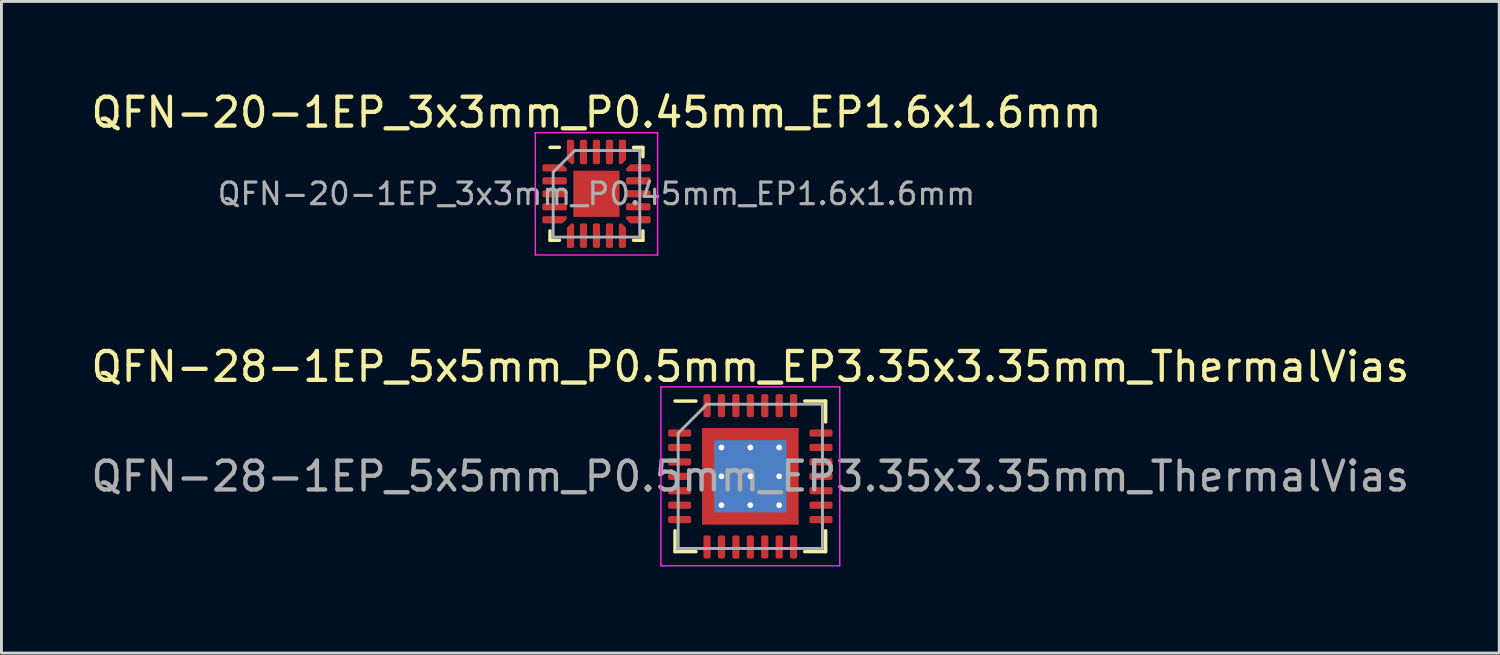
<source format=kicad_pcb>
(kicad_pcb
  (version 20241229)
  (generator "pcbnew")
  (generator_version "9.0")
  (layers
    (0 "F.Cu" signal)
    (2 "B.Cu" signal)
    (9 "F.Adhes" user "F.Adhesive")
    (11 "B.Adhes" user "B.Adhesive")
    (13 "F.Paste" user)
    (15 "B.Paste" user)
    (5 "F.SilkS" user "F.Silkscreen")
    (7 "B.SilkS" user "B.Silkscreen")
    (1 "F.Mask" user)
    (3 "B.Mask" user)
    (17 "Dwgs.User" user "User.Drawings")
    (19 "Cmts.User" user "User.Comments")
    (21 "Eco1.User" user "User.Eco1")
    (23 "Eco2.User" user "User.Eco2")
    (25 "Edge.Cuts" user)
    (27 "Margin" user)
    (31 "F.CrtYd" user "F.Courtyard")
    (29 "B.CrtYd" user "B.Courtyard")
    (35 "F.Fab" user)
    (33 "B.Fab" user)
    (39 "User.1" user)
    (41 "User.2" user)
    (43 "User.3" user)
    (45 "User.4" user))
  (footprint "QFN-28-1EP_5x5mm_P0.5mm_EP3.35x3.35mm_ThermalVias"
    (layer "F.Cu")
    (at 22.958 13.461)
    (property "Reference" "QFN-28-1EP_5x5mm_P0.5mm_EP3.35x3.35mm_ThermalVias" (at 0 -3.8 0) (layer "F.SilkS") (effects (font (size 1 1) (thickness 0.15))))
    (attr smd)
    (fp_line (start -2.61 2.61) (end -2.61 1.885) (stroke (width 0.12) (type solid)) (layer "F.SilkS"))
    (fp_line (start -1.885 -2.61) (end -2.61 -2.61) (stroke (width 0.12) (type solid)) (layer "F.SilkS"))
    (fp_line (start -1.885 2.61) (end -2.61 2.61) (stroke (width 0.12) (type solid)) (layer "F.SilkS"))
    (fp_line (start 1.885 -2.61) (end 2.61 -2.61) (stroke (width 0.12) (type solid)) (layer "F.SilkS"))
    (fp_line (start 1.885 2.61) (end 2.61 2.61) (stroke (width 0.12) (type solid)) (layer "F.SilkS"))
    (fp_line (start 2.61 -2.61) (end 2.61 -1.885) (stroke (width 0.12) (type solid)) (layer "F.SilkS"))
    (fp_line (start 2.61 2.61) (end 2.61 1.885) (stroke (width 0.12) (type solid)) (layer "F.SilkS"))
    (fp_line (start -3.1 -3.1) (end -3.1 3.1) (stroke (width 0.05) (type solid)) (layer "F.CrtYd"))
    (fp_line (start -3.1 3.1) (end 3.1 3.1) (stroke (width 0.05) (type solid)) (layer "F.CrtYd"))
    (fp_line (start 3.1 -3.1) (end -3.1 -3.1) (stroke (width 0.05) (type solid)) (layer "F.CrtYd"))
    (fp_line (start 3.1 3.1) (end 3.1 -3.1) (stroke (width 0.05) (type solid)) (layer "F.CrtYd"))
    (fp_line (start -2.5 -1.5) (end -1.5 -2.5) (stroke (width 0.1) (type solid)) (layer "F.Fab"))
    (fp_line (start -2.5 2.5) (end -2.5 -1.5) (stroke (width 0.1) (type solid)) (layer "F.Fab"))
    (fp_line (start -1.5 -2.5) (end 2.5 -2.5) (stroke (width 0.1) (type solid)) (layer "F.Fab"))
    (fp_line (start 2.5 -2.5) (end 2.5 2.5) (stroke (width 0.1) (type solid)) (layer "F.Fab"))
    (fp_line (start 2.5 2.5) (end -2.5 2.5) (stroke (width 0.1) (type solid)) (layer "F.Fab"))
    (fp_text user "${REFERENCE}" (at 0 0 0) (layer "F.Fab") (effects (font (size 1 1) (thickness 0.15))))
    (pad "" smd custom (at -1.337 -1.337) (size 0.437 0.437) (layers "F.Paste") (options (anchor circle)) (primitives (gr_poly (pts (xy -0.165 -0.165) (xy 0.165 -0.165) (xy 0.165 0.076) (xy 0.076 0.165) (xy -0.165 0.165)) (width 0.215) (fill yes))))
    (pad "" smd custom (at -1.337 -0.5) (size 0.459 0.459) (layers "F.Paste") (options (anchor circle)) (primitives (gr_poly (pts (xy -0.187 -0.318) (xy 0.116 -0.318) (xy 0.187 -0.247) (xy 0.187 0.247) (xy 0.116 0.318) (xy -0.187 0.318)) (width 0.17) (fill yes))))
    (pad "" smd custom (at -1.337 0.5) (size 0.459 0.459) (layers "F.Paste") (options (anchor circle)) (primitives (gr_poly (pts (xy -0.187 -0.318) (xy 0.116 -0.318) (xy 0.187 -0.247) (xy 0.187 0.247) (xy 0.116 0.318) (xy -0.187 0.318)) (width 0.17) (fill yes))))
    (pad "" smd custom (at -1.337 1.337) (size 0.437 0.437) (layers "F.Paste") (options (anchor circle)) (primitives (gr_poly (pts (xy -0.165 -0.165) (xy 0.076 -0.165) (xy 0.165 -0.076) (xy 0.165 0.165) (xy -0.165 0.165)) (width 0.215) (fill yes))))
    (pad "" smd custom (at -0.5 -1.337) (size 0.459 0.459) (layers "F.Paste") (options (anchor circle)) (primitives (gr_poly (pts (xy -0.318 -0.187) (xy 0.318 -0.187) (xy 0.318 0.116) (xy 0.247 0.187) (xy -0.247 0.187) (xy -0.318 0.116)) (width 0.17) (fill yes))))
    (pad "" smd roundrect (at -0.5 -0.5) (size 0.806 0.806) (layers "F.Paste") (roundrect_rratio 0.25))
    (pad "" smd roundrect (at -0.5 0.5) (size 0.806 0.806) (layers "F.Paste") (roundrect_rratio 0.25))
    (pad "" smd custom (at -0.5 1.337) (size 0.459 0.459) (layers "F.Paste") (options (anchor circle)) (primitives (gr_poly (pts (xy -0.318 -0.116) (xy -0.247 -0.187) (xy 0.247 -0.187) (xy 0.318 -0.116) (xy 0.318 0.187) (xy -0.318 0.187)) (width 0.17) (fill yes))))
    (pad "" smd custom (at 0.5 -1.337) (size 0.459 0.459) (layers "F.Paste") (options (anchor circle)) (primitives (gr_poly (pts (xy -0.318 -0.187) (xy 0.318 -0.187) (xy 0.318 0.116) (xy 0.247 0.187) (xy -0.247 0.187) (xy -0.318 0.116)) (width 0.17) (fill yes))))
    (pad "" smd roundrect (at 0.5 -0.5) (size 0.806 0.806) (layers "F.Paste") (roundrect_rratio 0.25))
    (pad "" smd roundrect (at 0.5 0.5) (size 0.806 0.806) (layers "F.Paste") (roundrect_rratio 0.25))
    (pad "" smd custom (at 0.5 1.337) (size 0.459 0.459) (layers "F.Paste") (options (anchor circle)) (primitives (gr_poly (pts (xy -0.318 -0.116) (xy -0.247 -0.187) (xy 0.247 -0.187) (xy 0.318 -0.116) (xy 0.318 0.187) (xy -0.318 0.187)) (width 0.17) (fill yes))))
    (pad "" smd custom (at 1.337 -1.337) (size 0.437 0.437) (layers "F.Paste") (options (anchor circle)) (primitives (gr_poly (pts (xy -0.165 -0.165) (xy 0.165 -0.165) (xy 0.165 0.165) (xy -0.076 0.165) (xy -0.165 0.076)) (width 0.215) (fill yes))))
    (pad "" smd custom (at 1.337 -0.5) (size 0.459 0.459) (layers "F.Paste") (options (anchor circle)) (primitives (gr_poly (pts (xy -0.187 -0.247) (xy -0.116 -0.318) (xy 0.187 -0.318) (xy 0.187 0.318) (xy -0.116 0.318) (xy -0.187 0.247)) (width 0.17) (fill yes))))
    (pad "" smd custom (at 1.337 0.5) (size 0.459 0.459) (layers "F.Paste") (options (anchor circle)) (primitives (gr_poly (pts (xy -0.187 -0.247) (xy -0.116 -0.318) (xy 0.187 -0.318) (xy 0.187 0.318) (xy -0.116 0.318) (xy -0.187 0.247)) (width 0.17) (fill yes))))
    (pad "" smd custom (at 1.337 1.337) (size 0.437 0.437) (layers "F.Paste") (options (anchor circle)) (primitives (gr_poly (pts (xy -0.165 -0.076) (xy -0.076 -0.165) (xy 0.165 -0.165) (xy 0.165 0.165) (xy -0.165 0.165)) (width 0.215) (fill yes))))
    (pad "1" smd roundrect (at -2.45 -1.5) (size 0.8 0.25) (layers "F.Cu" "F.Mask" "F.Paste") (roundrect_rratio 0.25))
    (pad "2" smd roundrect (at -2.45 -1) (size 0.8 0.25) (layers "F.Cu" "F.Mask" "F.Paste") (roundrect_rratio 0.25))
    (pad "3" smd roundrect (at -2.45 -0.5) (size 0.8 0.25) (layers "F.Cu" "F.Mask" "F.Paste") (roundrect_rratio 0.25))
    (pad "4" smd roundrect (at -2.45 0) (size 0.8 0.25) (layers "F.Cu" "F.Mask" "F.Paste") (roundrect_rratio 0.25))
    (pad "5" smd roundrect (at -2.45 0.5) (size 0.8 0.25) (layers "F.Cu" "F.Mask" "F.Paste") (roundrect_rratio 0.25))
    (pad "6" smd roundrect (at -2.45 1) (size 0.8 0.25) (layers "F.Cu" "F.Mask" "F.Paste") (roundrect_rratio 0.25))
    (pad "7" smd roundrect (at -2.45 1.5) (size 0.8 0.25) (layers "F.Cu" "F.Mask" "F.Paste") (roundrect_rratio 0.25))
    (pad "8" smd roundrect (at -1.5 2.45) (size 0.25 0.8) (layers "F.Cu" "F.Mask" "F.Paste") (roundrect_rratio 0.25))
    (pad "9" smd roundrect (at -1 2.45) (size 0.25 0.8) (layers "F.Cu" "F.Mask" "F.Paste") (roundrect_rratio 0.25))
    (pad "10" smd roundrect (at -0.5 2.45) (size 0.25 0.8) (layers "F.Cu" "F.Mask" "F.Paste") (roundrect_rratio 0.25))
    (pad "11" smd roundrect (at 0 2.45) (size 0.25 0.8) (layers "F.Cu" "F.Mask" "F.Paste") (roundrect_rratio 0.25))
    (pad "12" smd roundrect (at 0.5 2.45) (size 0.25 0.8) (layers "F.Cu" "F.Mask" "F.Paste") (roundrect_rratio 0.25))
    (pad "13" smd roundrect (at 1 2.45) (size 0.25 0.8) (layers "F.Cu" "F.Mask" "F.Paste") (roundrect_rratio 0.25))
    (pad "14" smd roundrect (at 1.5 2.45) (size 0.25 0.8) (layers "F.Cu" "F.Mask" "F.Paste") (roundrect_rratio 0.25))
    (pad "15" smd roundrect (at 2.45 1.5) (size 0.8 0.25) (layers "F.Cu" "F.Mask" "F.Paste") (roundrect_rratio 0.25))
    (pad "16" smd roundrect (at 2.45 1) (size 0.8 0.25) (layers "F.Cu" "F.Mask" "F.Paste") (roundrect_rratio 0.25))
    (pad "17" smd roundrect (at 2.45 0.5) (size 0.8 0.25) (layers "F.Cu" "F.Mask" "F.Paste") (roundrect_rratio 0.25))
    (pad "18" smd roundrect (at 2.45 0) (size 0.8 0.25) (layers "F.Cu" "F.Mask" "F.Paste") (roundrect_rratio 0.25))
    (pad "19" smd roundrect (at 2.45 -0.5) (size 0.8 0.25) (layers "F.Cu" "F.Mask" "F.Paste") (roundrect_rratio 0.25))
    (pad "20" smd roundrect (at 2.45 -1) (size 0.8 0.25) (layers "F.Cu" "F.Mask" "F.Paste") (roundrect_rratio 0.25))
    (pad "21" smd roundrect (at 2.45 -1.5) (size 0.8 0.25) (layers "F.Cu" "F.Mask" "F.Paste") (roundrect_rratio 0.25))
    (pad "22" smd roundrect (at 1.5 -2.45) (size 0.25 0.8) (layers "F.Cu" "F.Mask" "F.Paste") (roundrect_rratio 0.25))
    (pad "23" smd roundrect (at 1 -2.45) (size 0.25 0.8) (layers "F.Cu" "F.Mask" "F.Paste") (roundrect_rratio 0.25))
    (pad "24" smd roundrect (at 0.5 -2.45) (size 0.25 0.8) (layers "F.Cu" "F.Mask" "F.Paste") (roundrect_rratio 0.25))
    (pad "25" smd roundrect (at 0 -2.45) (size 0.25 0.8) (layers "F.Cu" "F.Mask" "F.Paste") (roundrect_rratio 0.25))
    (pad "26" smd roundrect (at -0.5 -2.45) (size 0.25 0.8) (layers "F.Cu" "F.Mask" "F.Paste") (roundrect_rratio 0.25))
    (pad "27" smd roundrect (at -1 -2.45) (size 0.25 0.8) (layers "F.Cu" "F.Mask" "F.Paste") (roundrect_rratio 0.25))
    (pad "28" smd roundrect (at -1.5 -2.45) (size 0.25 0.8) (layers "F.Cu" "F.Mask" "F.Paste") (roundrect_rratio 0.25))
    (pad "29" thru_hole circle (at -1 -1) (size 0.5 0.5) (drill 0.2) (layers "*.Cu"))
    (pad "29" thru_hole circle (at -1 0) (size 0.5 0.5) (drill 0.2) (layers "*.Cu"))
    (pad "29" thru_hole circle (at -1 1) (size 0.5 0.5) (drill 0.2) (layers "*.Cu"))
    (pad "29" thru_hole circle (at 0 -1) (size 0.5 0.5) (drill 0.2) (layers "*.Cu"))
    (pad "29" thru_hole circle (at 0 0) (size 0.5 0.5) (drill 0.2) (layers "*.Cu"))
    (pad "29" smd rect (at 0 0) (size 2.5 2.5) (layers "B.Cu"))
    (pad "29" smd rect (at 0 0) (size 3.35 3.35) (layers "F.Cu" "F.Mask"))
    (pad "29" thru_hole circle (at 0 1) (size 0.5 0.5) (drill 0.2) (layers "*.Cu"))
    (pad "29" thru_hole circle (at 1 -1) (size 0.5 0.5) (drill 0.2) (layers "*.Cu"))
    (pad "29" thru_hole circle (at 1 0) (size 0.5 0.5) (drill 0.2) (layers "*.Cu"))
    (pad "29" thru_hole circle (at 1 1) (size 0.5 0.5) (drill 0.2) (layers "*.Cu")))
  (footprint "QFN-20-1EP_3x3mm_P0.45mm_EP1.6x1.6mm"
    (layer "F.Cu")
    (at 17.625 3.668)
    (property "Reference" "QFN-20-1EP_3x3mm_P0.45mm_EP1.6x1.6mm" (at 0 -2.82 0) (layer "F.SilkS") (effects (font (size 1 1) (thickness 0.15))))
    (attr smd)
    (fp_line (start -1.61 1.61) (end -1.61 1.285) (stroke (width 0.12) (type solid)) (layer "F.SilkS"))
    (fp_line (start -1.285 -1.61) (end -1.61 -1.61) (stroke (width 0.12) (type solid)) (layer "F.SilkS"))
    (fp_line (start -1.285 1.61) (end -1.61 1.61) (stroke (width 0.12) (type solid)) (layer "F.SilkS"))
    (fp_line (start 1.285 -1.61) (end 1.61 -1.61) (stroke (width 0.12) (type solid)) (layer "F.SilkS"))
    (fp_line (start 1.285 1.61) (end 1.61 1.61) (stroke (width 0.12) (type solid)) (layer "F.SilkS"))
    (fp_line (start 1.61 -1.61) (end 1.61 -1.285) (stroke (width 0.12) (type solid)) (layer "F.SilkS"))
    (fp_line (start 1.61 1.61) (end 1.61 1.285) (stroke (width 0.12) (type solid)) (layer "F.SilkS"))
    (fp_line (start -2.12 -2.12) (end -2.12 2.12) (stroke (width 0.05) (type solid)) (layer "F.CrtYd"))
    (fp_line (start -2.12 2.12) (end 2.12 2.12) (stroke (width 0.05) (type solid)) (layer "F.CrtYd"))
    (fp_line (start 2.12 -2.12) (end -2.12 -2.12) (stroke (width 0.05) (type solid)) (layer "F.CrtYd"))
    (fp_line (start 2.12 2.12) (end 2.12 -2.12) (stroke (width 0.05) (type solid)) (layer "F.CrtYd"))
    (fp_line (start -1.5 -0.75) (end -0.75 -1.5) (stroke (width 0.1) (type solid)) (layer "F.Fab"))
    (fp_line (start -1.5 1.5) (end -1.5 -0.75) (stroke (width 0.1) (type solid)) (layer "F.Fab"))
    (fp_line (start -0.75 -1.5) (end 1.5 -1.5) (stroke (width 0.1) (type solid)) (layer "F.Fab"))
    (fp_line (start 1.5 -1.5) (end 1.5 1.5) (stroke (width 0.1) (type solid)) (layer "F.Fab"))
    (fp_line (start 1.5 1.5) (end -1.5 1.5) (stroke (width 0.1) (type solid)) (layer "F.Fab"))
    (fp_text user "${REFERENCE}" (at 0 0 0) (layer "F.Fab") (effects (font (size 0.75 0.75) (thickness 0.11))))
    (pad "" smd roundrect (at -0.4 -0.4) (size 0.64 0.64) (layers "F.Paste") (roundrect_rratio 0.25))
    (pad "" smd roundrect (at -0.4 0.4) (size 0.64 0.64) (layers "F.Paste") (roundrect_rratio 0.25))
    (pad "" smd roundrect (at 0.4 -0.4) (size 0.64 0.64) (layers "F.Paste") (roundrect_rratio 0.25))
    (pad "" smd roundrect (at 0.4 0.4) (size 0.64 0.64) (layers "F.Paste") (roundrect_rratio 0.25))
    (pad "1" smd custom (at -1.45 -0.9) (size 0.144 0.144) (layers "F.Cu" "F.Mask" "F.Paste") (options (anchor circle)) (primitives (gr_poly (pts (xy -0.375 -0.075) (xy 0.254 -0.075) (xy 0.375 0.046) (xy 0.375 0.075) (xy -0.375 0.075)) (width 0.1) (fill yes))))
    (pad "2" smd roundrect (at -1.45 -0.45) (size 0.85 0.25) (layers "F.Cu" "F.Mask" "F.Paste") (roundrect_rratio 0.25))
    (pad "3" smd roundrect (at -1.45 0) (size 0.85 0.25) (layers "F.Cu" "F.Mask" "F.Paste") (roundrect_rratio 0.25))
    (pad "4" smd roundrect (at -1.45 0.45) (size 0.85 0.25) (layers "F.Cu" "F.Mask" "F.Paste") (roundrect_rratio 0.25))
    (pad "5" smd custom (at -1.45 0.9) (size 0.144 0.144) (layers "F.Cu" "F.Mask" "F.Paste") (options (anchor circle)) (primitives (gr_poly (pts (xy -0.375 -0.075) (xy 0.375 -0.075) (xy 0.375 -0.046) (xy 0.254 0.075) (xy -0.375 0.075)) (width 0.1) (fill yes))))
    (pad "6" smd custom (at -0.9 1.45) (size 0.144 0.144) (layers "F.Cu" "F.Mask" "F.Paste") (options (anchor circle)) (primitives (gr_poly (pts (xy -0.075 -0.254) (xy 0.046 -0.375) (xy 0.075 -0.375) (xy 0.075 0.375) (xy -0.075 0.375)) (width 0.1) (fill yes))))
    (pad "7" smd roundrect (at -0.45 1.45) (size 0.25 0.85) (layers "F.Cu" "F.Mask" "F.Paste") (roundrect_rratio 0.25))
    (pad "8" smd roundrect (at 0 1.45) (size 0.25 0.85) (layers "F.Cu" "F.Mask" "F.Paste") (roundrect_rratio 0.25))
    (pad "9" smd roundrect (at 0.45 1.45) (size 0.25 0.85) (layers "F.Cu" "F.Mask" "F.Paste") (roundrect_rratio 0.25))
    (pad "10" smd custom (at 0.9 1.45) (size 0.144 0.144) (layers "F.Cu" "F.Mask" "F.Paste") (options (anchor circle)) (primitives (gr_poly (pts (xy -0.075 -0.375) (xy -0.046 -0.375) (xy 0.075 -0.254) (xy 0.075 0.375) (xy -0.075 0.375)) (width 0.1) (fill yes))))
    (pad "11" smd custom (at 1.45 0.9) (size 0.144 0.144) (layers "F.Cu" "F.Mask" "F.Paste") (options (anchor circle)) (primitives (gr_poly (pts (xy -0.375 -0.075) (xy 0.375 -0.075) (xy 0.375 0.075) (xy -0.254 0.075) (xy -0.375 -0.046)) (width 0.1) (fill yes))))
    (pad "12" smd roundrect (at 1.45 0.45) (size 0.85 0.25) (layers "F.Cu" "F.Mask" "F.Paste") (roundrect_rratio 0.25))
    (pad "13" smd roundrect (at 1.45 0) (size 0.85 0.25) (layers "F.Cu" "F.Mask" "F.Paste") (roundrect_rratio 0.25))
    (pad "14" smd roundrect (at 1.45 -0.45) (size 0.85 0.25) (layers "F.Cu" "F.Mask" "F.Paste") (roundrect_rratio 0.25))
    (pad "15" smd custom (at 1.45 -0.9) (size 0.144 0.144) (layers "F.Cu" "F.Mask" "F.Paste") (options (anchor circle)) (primitives (gr_poly (pts (xy -0.375 0.046) (xy -0.254 -0.075) (xy 0.375 -0.075) (xy 0.375 0.075) (xy -0.375 0.075)) (width 0.1) (fill yes))))
    (pad "16" smd custom (at 0.9 -1.45) (size 0.144 0.144) (layers "F.Cu" "F.Mask" "F.Paste") (options (anchor circle)) (primitives (gr_poly (pts (xy -0.075 -0.375) (xy 0.075 -0.375) (xy 0.075 0.254) (xy -0.046 0.375) (xy -0.075 0.375)) (width 0.1) (fill yes))))
    (pad "17" smd roundrect (at 0.45 -1.45) (size 0.25 0.85) (layers "F.Cu" "F.Mask" "F.Paste") (roundrect_rratio 0.25))
    (pad "18" smd roundrect (at 0 -1.45) (size 0.25 0.85) (layers "F.Cu" "F.Mask" "F.Paste") (roundrect_rratio 0.25))
    (pad "19" smd roundrect (at -0.45 -1.45) (size 0.25 0.85) (layers "F.Cu" "F.Mask" "F.Paste") (roundrect_rratio 0.25))
    (pad "20" smd custom (at -0.9 -1.45) (size 0.144 0.144) (layers "F.Cu" "F.Mask" "F.Paste") (options (anchor circle)) (primitives (gr_poly (pts (xy -0.075 -0.375) (xy 0.075 -0.375) (xy 0.075 0.375) (xy 0.046 0.375) (xy -0.075 0.254)) (width 0.1) (fill yes))))
    (pad "21" smd rect (at 0 0) (size 1.6 1.6) (layers "F.Cu" "F.Mask")))
  (gr_rect
    (start -3 -3)
    (end 48.917 19.587)
    (stroke (width 0.1) (type default))
    (fill no)
    (layer "Edge.Cuts")))
</source>
